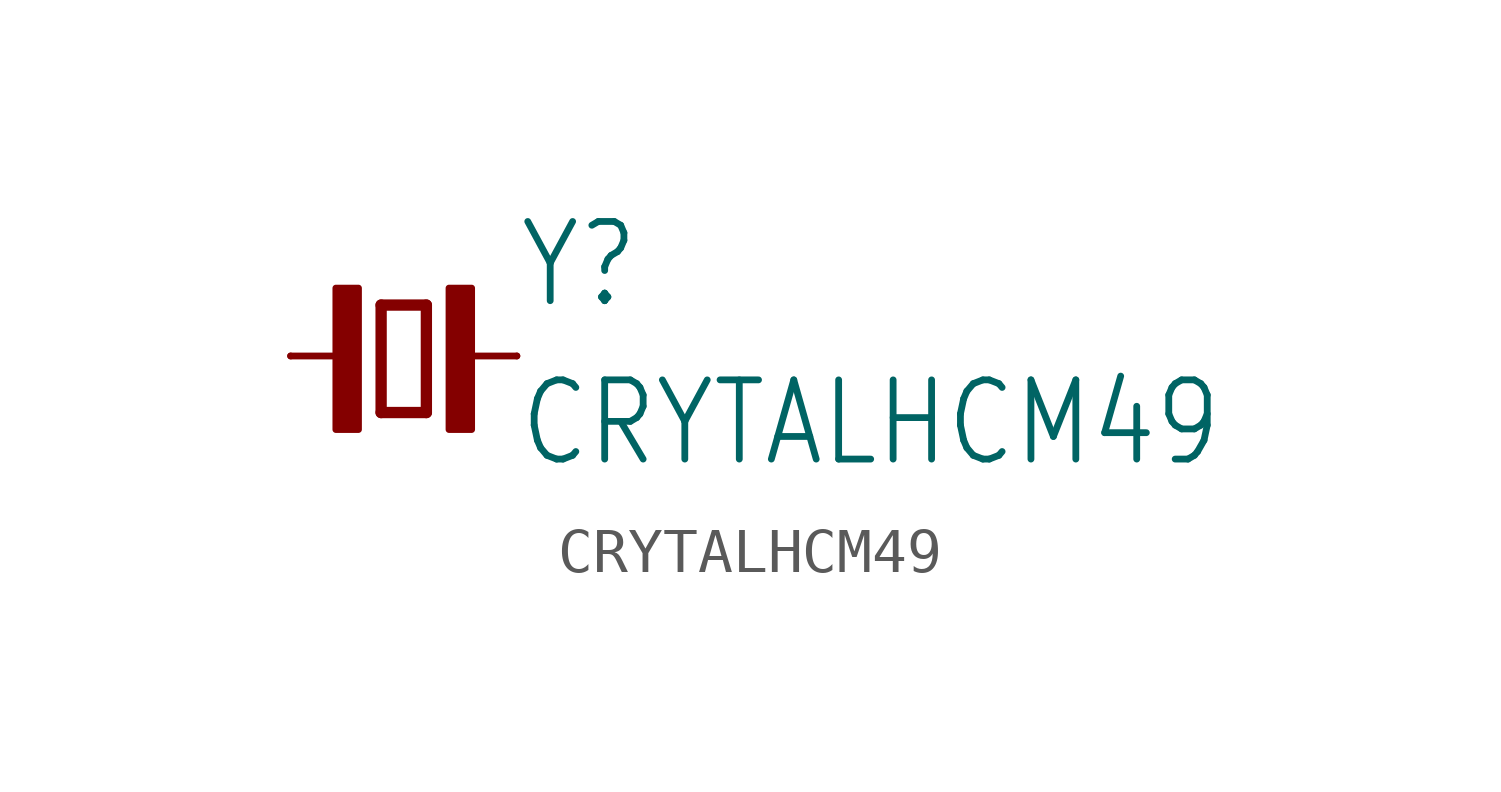
<source format=kicad_sym>
(kicad_symbol_lib
  (version 20211014)
  (generator kicad_symbol_editor)
  (symbol "CRYTALHCM49"
    (property "Reference" "Y"
      (at 2.54 1.016 0)
      (effects (font (size 1.778 1.511)) (justify left bottom)))
    (property "Value" "CRYTALHCM49"
      (at 2.54 -2.54 0)
      (effects (font (size 1.778 1.511)) (justify left bottom)))
    (property "ki_locked" ""
      (at 0 0 0)
      (effects (font (size 1.27 1.27))))
    (symbol "CRYTALHCM49_1_0"
      (rectangle (start -1.524 -1.651) (end -1.016 1.524) (stroke (width 0) (type default) (color 0 0 0 0)) (fill (type outline)))
      (polyline (pts (xy -2.54 0) (xy -1.143 0)) (stroke (width 0.152) (type default) (color 0 0 0 0)) (fill (type none)))
      (polyline (pts (xy -0.508 -1.27) (xy 0.508 -1.27)) (stroke (width 0.254) (type default) (color 0 0 0 0)) (fill (type none)))
      (polyline (pts (xy -0.508 1.143) (xy -0.508 -1.27)) (stroke (width 0.254) (type default) (color 0 0 0 0)) (fill (type none)))
      (polyline (pts (xy 0.508 -1.27) (xy 0.508 1.143)) (stroke (width 0.254) (type default) (color 0 0 0 0)) (fill (type none)))
      (polyline (pts (xy 0.508 1.143) (xy -0.508 1.143)) (stroke (width 0.254) (type default) (color 0 0 0 0)) (fill (type none)))
      (polyline (pts (xy 1.143 0) (xy 2.54 0)) (stroke (width 0.152) (type default) (color 0 0 0 0)) (fill (type none)))
      (rectangle (start 1.016 -1.651) (end 1.524 1.524) (stroke (width 0) (type default) (color 0 0 0 0)) (fill (type outline)))
      (pin passive line (at -2.54 0 0) (length 0) (name "1" (effects (font (size 0 0)))) (number "1" (effects (font (size 0 0)))))
      (pin passive line (at 2.54 0 180) (length 0) (name "2" (effects (font (size 0 0)))) (number "2" (effects (font (size 0 0))))))))
</source>
